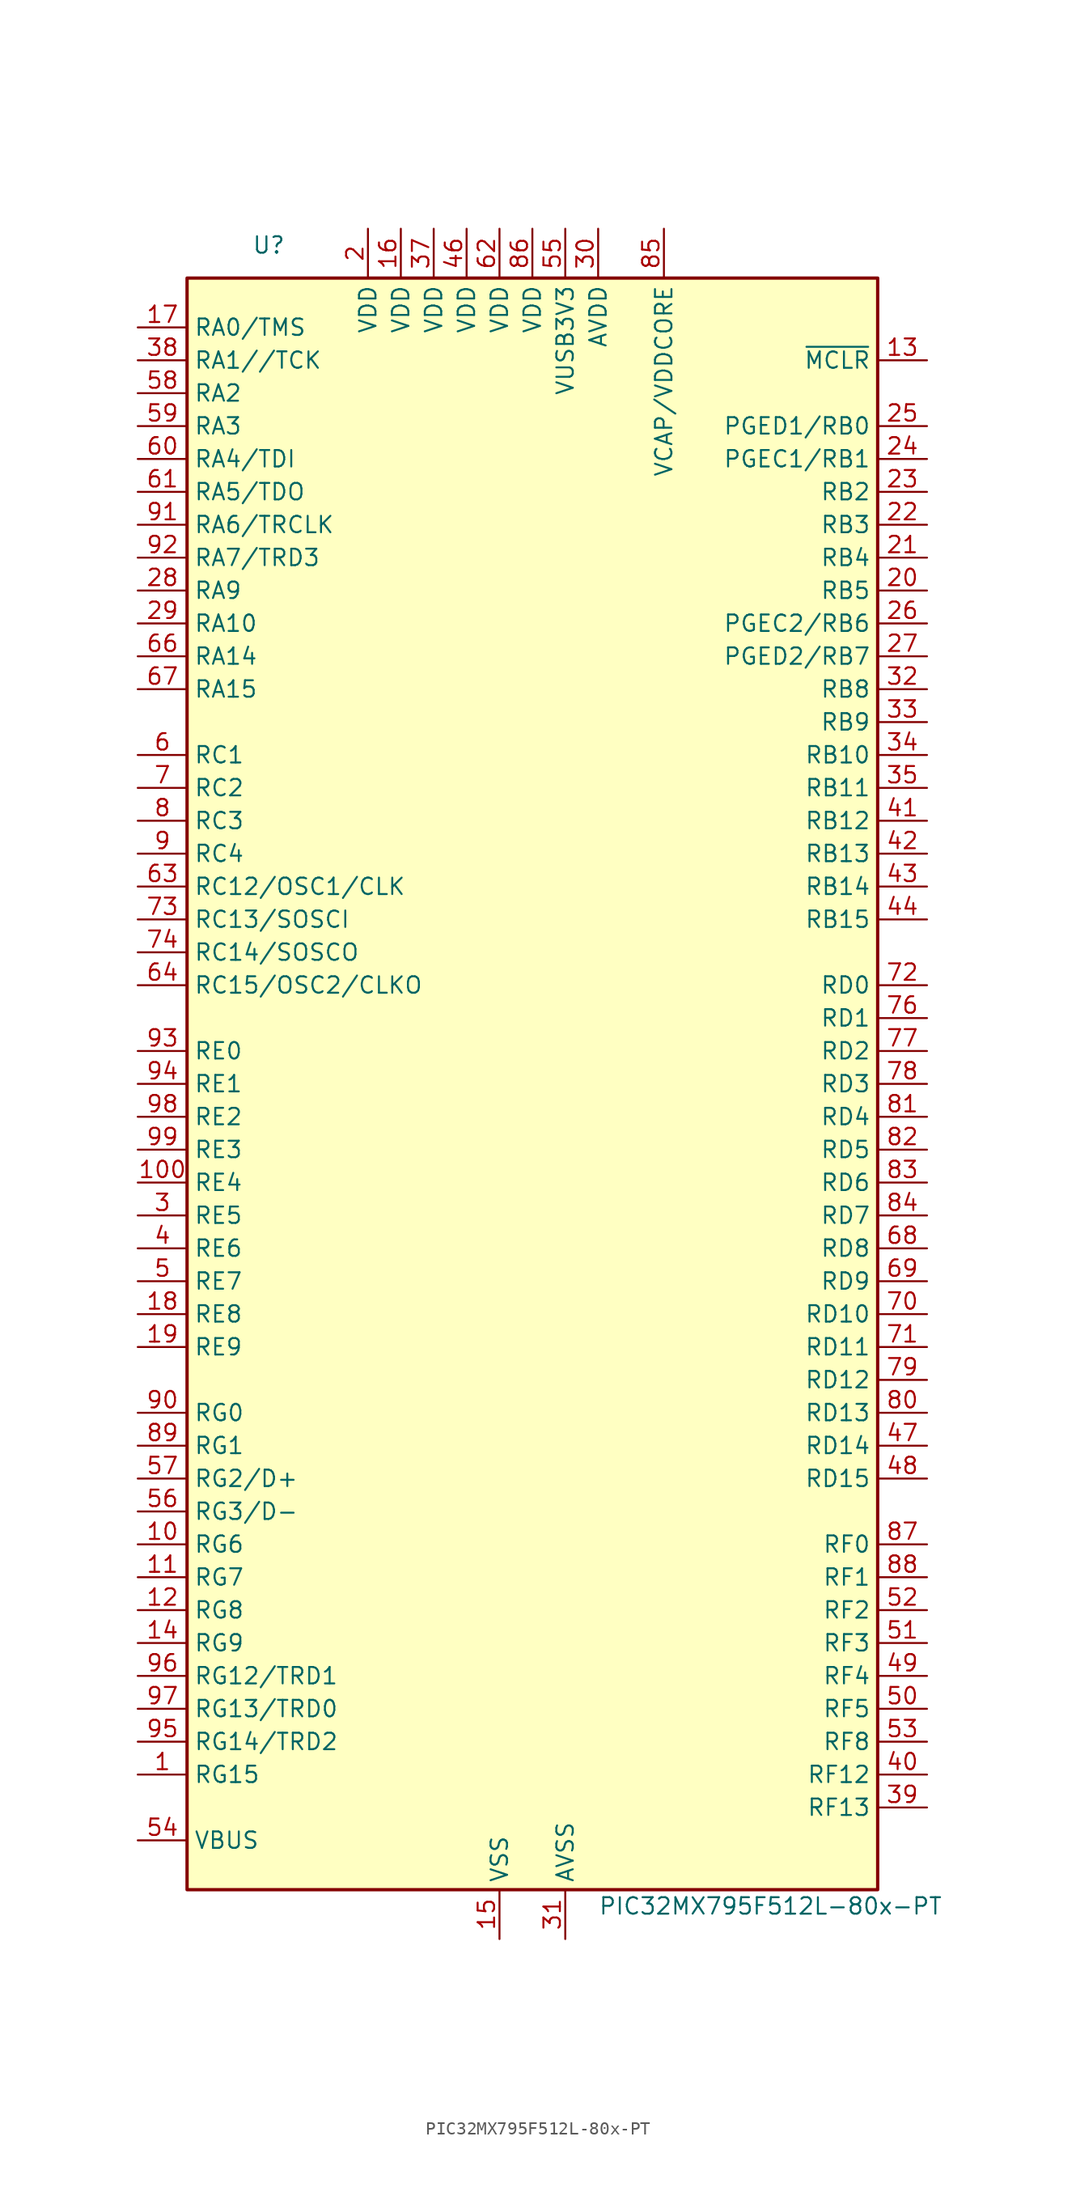
<source format=kicad_sym>
(kicad_symbol_lib
  (version 20201005)
  (generator kicad_symbol_editor)
  (symbol "MCU_Microchip_PIC32:PIC32MX795F512L-80x-PT"
    (property "Reference" "U"
      (at -19.05 64.77 0)
      (effects (font (size 1.27 1.27)) (justify right)))
    (property "Value" "PIC32MX795F512L-80x-PT"
      (at 5.08 -63.5 0)
      (effects (font (size 1.27 1.27)) (justify left)))
    (symbol "PIC32MX795F512L-80x-PT_1_1"
      (rectangle (start -26.67 62.23) (end 26.67 -62.23) (stroke (width 0.254)) (fill (type background)))
      (pin bidirectional line (at -30.48 -53.34 0) (length 3.81) (name "RG15" (effects (font (size 1.27 1.27)))) (number "1" (effects (font (size 1.27 1.27)))))
      (pin bidirectional line (at -30.48 -35.56 0) (length 3.81) (name "RG6" (effects (font (size 1.27 1.27)))) (number "10" (effects (font (size 1.27 1.27)))))
      (pin bidirectional line (at -30.48 -7.62 0) (length 3.81) (name "RE4" (effects (font (size 1.27 1.27)))) (number "100" (effects (font (size 1.27 1.27)))))
      (pin bidirectional line (at -30.48 -38.1 0) (length 3.81) (name "RG7" (effects (font (size 1.27 1.27)))) (number "11" (effects (font (size 1.27 1.27)))))
      (pin bidirectional line (at -30.48 -40.64 0) (length 3.81) (name "RG8" (effects (font (size 1.27 1.27)))) (number "12" (effects (font (size 1.27 1.27)))))
      (pin input line (at 30.48 55.88 180) (length 3.81) (name "~MCLR~" (effects (font (size 1.27 1.27)))) (number "13" (effects (font (size 1.27 1.27)))))
      (pin bidirectional line (at -30.48 -43.18 0) (length 3.81) (name "RG9" (effects (font (size 1.27 1.27)))) (number "14" (effects (font (size 1.27 1.27)))))
      (pin power_in line (at -2.54 -66.04 90) (length 3.81) (name "VSS" (effects (font (size 1.27 1.27)))) (number "15" (effects (font (size 1.27 1.27)))))
      (pin power_in line (at -10.16 66.04 270) (length 3.81) (name "VDD" (effects (font (size 1.27 1.27)))) (number "16" (effects (font (size 1.27 1.27)))))
      (pin bidirectional line (at -30.48 58.42 0) (length 3.81) (name "RA0/TMS" (effects (font (size 1.27 1.27)))) (number "17" (effects (font (size 1.27 1.27)))))
      (pin bidirectional line (at -30.48 -17.78 0) (length 3.81) (name "RE8" (effects (font (size 1.27 1.27)))) (number "18" (effects (font (size 1.27 1.27)))))
      (pin bidirectional line (at -30.48 -20.32 0) (length 3.81) (name "RE9" (effects (font (size 1.27 1.27)))) (number "19" (effects (font (size 1.27 1.27)))))
      (pin power_in line (at -12.7 66.04 270) (length 3.81) (name "VDD" (effects (font (size 1.27 1.27)))) (number "2" (effects (font (size 1.27 1.27)))))
      (pin bidirectional line (at 30.48 38.1 180) (length 3.81) (name "RB5" (effects (font (size 1.27 1.27)))) (number "20" (effects (font (size 1.27 1.27)))))
      (pin bidirectional line (at 30.48 40.64 180) (length 3.81) (name "RB4" (effects (font (size 1.27 1.27)))) (number "21" (effects (font (size 1.27 1.27)))))
      (pin bidirectional line (at 30.48 43.18 180) (length 3.81) (name "RB3" (effects (font (size 1.27 1.27)))) (number "22" (effects (font (size 1.27 1.27)))))
      (pin bidirectional line (at 30.48 45.72 180) (length 3.81) (name "RB2" (effects (font (size 1.27 1.27)))) (number "23" (effects (font (size 1.27 1.27)))))
      (pin bidirectional line (at 30.48 48.26 180) (length 3.81) (name "PGEC1/RB1" (effects (font (size 1.27 1.27)))) (number "24" (effects (font (size 1.27 1.27)))))
      (pin bidirectional line (at 30.48 50.8 180) (length 3.81) (name "PGED1/RB0" (effects (font (size 1.27 1.27)))) (number "25" (effects (font (size 1.27 1.27)))))
      (pin bidirectional line (at 30.48 35.56 180) (length 3.81) (name "PGEC2/RB6" (effects (font (size 1.27 1.27)))) (number "26" (effects (font (size 1.27 1.27)))))
      (pin bidirectional line (at 30.48 33.02 180) (length 3.81) (name "PGED2/RB7" (effects (font (size 1.27 1.27)))) (number "27" (effects (font (size 1.27 1.27)))))
      (pin bidirectional line (at -30.48 38.1 0) (length 3.81) (name "RA9" (effects (font (size 1.27 1.27)))) (number "28" (effects (font (size 1.27 1.27)))))
      (pin bidirectional line (at -30.48 35.56 0) (length 3.81) (name "RA10" (effects (font (size 1.27 1.27)))) (number "29" (effects (font (size 1.27 1.27)))))
      (pin bidirectional line (at -30.48 -10.16 0) (length 3.81) (name "RE5" (effects (font (size 1.27 1.27)))) (number "3" (effects (font (size 1.27 1.27)))))
      (pin power_in line (at 5.08 66.04 270) (length 3.81) (name "AVDD" (effects (font (size 1.27 1.27)))) (number "30" (effects (font (size 1.27 1.27)))))
      (pin power_in line (at 2.54 -66.04 90) (length 3.81) (name "AVSS" (effects (font (size 1.27 1.27)))) (number "31" (effects (font (size 1.27 1.27)))))
      (pin bidirectional line (at 30.48 30.48 180) (length 3.81) (name "RB8" (effects (font (size 1.27 1.27)))) (number "32" (effects (font (size 1.27 1.27)))))
      (pin bidirectional line (at 30.48 27.94 180) (length 3.81) (name "RB9" (effects (font (size 1.27 1.27)))) (number "33" (effects (font (size 1.27 1.27)))))
      (pin bidirectional line (at 30.48 25.4 180) (length 3.81) (name "RB10" (effects (font (size 1.27 1.27)))) (number "34" (effects (font (size 1.27 1.27)))))
      (pin bidirectional line (at 30.48 22.86 180) (length 3.81) (name "RB11" (effects (font (size 1.27 1.27)))) (number "35" (effects (font (size 1.27 1.27)))))
      (pin passive line (at -2.54 -66.04 90) (length 3.81) hide (name "VSS" (effects (font (size 1.27 1.27)))) (number "36" (effects (font (size 1.27 1.27)))))
      (pin power_in line (at -7.62 66.04 270) (length 3.81) (name "VDD" (effects (font (size 1.27 1.27)))) (number "37" (effects (font (size 1.27 1.27)))))
      (pin bidirectional line (at -30.48 55.88 0) (length 3.81) (name "RA1//TCK" (effects (font (size 1.27 1.27)))) (number "38" (effects (font (size 1.27 1.27)))))
      (pin bidirectional line (at 30.48 -55.88 180) (length 3.81) (name "RF13" (effects (font (size 1.27 1.27)))) (number "39" (effects (font (size 1.27 1.27)))))
      (pin bidirectional line (at -30.48 -12.7 0) (length 3.81) (name "RE6" (effects (font (size 1.27 1.27)))) (number "4" (effects (font (size 1.27 1.27)))))
      (pin bidirectional line (at 30.48 -53.34 180) (length 3.81) (name "RF12" (effects (font (size 1.27 1.27)))) (number "40" (effects (font (size 1.27 1.27)))))
      (pin bidirectional line (at 30.48 20.32 180) (length 3.81) (name "RB12" (effects (font (size 1.27 1.27)))) (number "41" (effects (font (size 1.27 1.27)))))
      (pin bidirectional line (at 30.48 17.78 180) (length 3.81) (name "RB13" (effects (font (size 1.27 1.27)))) (number "42" (effects (font (size 1.27 1.27)))))
      (pin bidirectional line (at 30.48 15.24 180) (length 3.81) (name "RB14" (effects (font (size 1.27 1.27)))) (number "43" (effects (font (size 1.27 1.27)))))
      (pin bidirectional line (at 30.48 12.7 180) (length 3.81) (name "RB15" (effects (font (size 1.27 1.27)))) (number "44" (effects (font (size 1.27 1.27)))))
      (pin passive line (at -2.54 -66.04 90) (length 3.81) hide (name "VSS" (effects (font (size 1.27 1.27)))) (number "45" (effects (font (size 1.27 1.27)))))
      (pin power_in line (at -5.08 66.04 270) (length 3.81) (name "VDD" (effects (font (size 1.27 1.27)))) (number "46" (effects (font (size 1.27 1.27)))))
      (pin bidirectional line (at 30.48 -27.94 180) (length 3.81) (name "RD14" (effects (font (size 1.27 1.27)))) (number "47" (effects (font (size 1.27 1.27)))))
      (pin bidirectional line (at 30.48 -30.48 180) (length 3.81) (name "RD15" (effects (font (size 1.27 1.27)))) (number "48" (effects (font (size 1.27 1.27)))))
      (pin bidirectional line (at 30.48 -45.72 180) (length 3.81) (name "RF4" (effects (font (size 1.27 1.27)))) (number "49" (effects (font (size 1.27 1.27)))))
      (pin bidirectional line (at -30.48 -15.24 0) (length 3.81) (name "RE7" (effects (font (size 1.27 1.27)))) (number "5" (effects (font (size 1.27 1.27)))))
      (pin bidirectional line (at 30.48 -48.26 180) (length 3.81) (name "RF5" (effects (font (size 1.27 1.27)))) (number "50" (effects (font (size 1.27 1.27)))))
      (pin bidirectional line (at 30.48 -43.18 180) (length 3.81) (name "RF3" (effects (font (size 1.27 1.27)))) (number "51" (effects (font (size 1.27 1.27)))))
      (pin bidirectional line (at 30.48 -40.64 180) (length 3.81) (name "RF2" (effects (font (size 1.27 1.27)))) (number "52" (effects (font (size 1.27 1.27)))))
      (pin bidirectional line (at 30.48 -50.8 180) (length 3.81) (name "RF8" (effects (font (size 1.27 1.27)))) (number "53" (effects (font (size 1.27 1.27)))))
      (pin input line (at -30.48 -58.42 0) (length 3.81) (name "VBUS" (effects (font (size 1.27 1.27)))) (number "54" (effects (font (size 1.27 1.27)))))
      (pin power_in line (at 2.54 66.04 270) (length 3.81) (name "VUSB3V3" (effects (font (size 1.27 1.27)))) (number "55" (effects (font (size 1.27 1.27)))))
      (pin bidirectional line (at -30.48 -33.02 0) (length 3.81) (name "RG3/D-" (effects (font (size 1.27 1.27)))) (number "56" (effects (font (size 1.27 1.27)))))
      (pin bidirectional line (at -30.48 -30.48 0) (length 3.81) (name "RG2/D+" (effects (font (size 1.27 1.27)))) (number "57" (effects (font (size 1.27 1.27)))))
      (pin bidirectional line (at -30.48 53.34 0) (length 3.81) (name "RA2" (effects (font (size 1.27 1.27)))) (number "58" (effects (font (size 1.27 1.27)))))
      (pin bidirectional line (at -30.48 50.8 0) (length 3.81) (name "RA3" (effects (font (size 1.27 1.27)))) (number "59" (effects (font (size 1.27 1.27)))))
      (pin bidirectional line (at -30.48 25.4 0) (length 3.81) (name "RC1" (effects (font (size 1.27 1.27)))) (number "6" (effects (font (size 1.27 1.27)))))
      (pin bidirectional line (at -30.48 48.26 0) (length 3.81) (name "RA4/TDI" (effects (font (size 1.27 1.27)))) (number "60" (effects (font (size 1.27 1.27)))))
      (pin bidirectional line (at -30.48 45.72 0) (length 3.81) (name "RA5/TDO" (effects (font (size 1.27 1.27)))) (number "61" (effects (font (size 1.27 1.27)))))
      (pin power_in line (at -2.54 66.04 270) (length 3.81) (name "VDD" (effects (font (size 1.27 1.27)))) (number "62" (effects (font (size 1.27 1.27)))))
      (pin bidirectional line (at -30.48 15.24 0) (length 3.81) (name "RC12/OSC1/CLK" (effects (font (size 1.27 1.27)))) (number "63" (effects (font (size 1.27 1.27)))))
      (pin bidirectional line (at -30.48 7.62 0) (length 3.81) (name "RC15/OSC2/CLKO" (effects (font (size 1.27 1.27)))) (number "64" (effects (font (size 1.27 1.27)))))
      (pin passive line (at -2.54 -66.04 90) (length 3.81) hide (name "VSS" (effects (font (size 1.27 1.27)))) (number "65" (effects (font (size 1.27 1.27)))))
      (pin bidirectional line (at -30.48 33.02 0) (length 3.81) (name "RA14" (effects (font (size 1.27 1.27)))) (number "66" (effects (font (size 1.27 1.27)))))
      (pin bidirectional line (at -30.48 30.48 0) (length 3.81) (name "RA15" (effects (font (size 1.27 1.27)))) (number "67" (effects (font (size 1.27 1.27)))))
      (pin bidirectional line (at 30.48 -12.7 180) (length 3.81) (name "RD8" (effects (font (size 1.27 1.27)))) (number "68" (effects (font (size 1.27 1.27)))))
      (pin bidirectional line (at 30.48 -15.24 180) (length 3.81) (name "RD9" (effects (font (size 1.27 1.27)))) (number "69" (effects (font (size 1.27 1.27)))))
      (pin bidirectional line (at -30.48 22.86 0) (length 3.81) (name "RC2" (effects (font (size 1.27 1.27)))) (number "7" (effects (font (size 1.27 1.27)))))
      (pin bidirectional line (at 30.48 -17.78 180) (length 3.81) (name "RD10" (effects (font (size 1.27 1.27)))) (number "70" (effects (font (size 1.27 1.27)))))
      (pin bidirectional line (at 30.48 -20.32 180) (length 3.81) (name "RD11" (effects (font (size 1.27 1.27)))) (number "71" (effects (font (size 1.27 1.27)))))
      (pin bidirectional line (at 30.48 7.62 180) (length 3.81) (name "RD0" (effects (font (size 1.27 1.27)))) (number "72" (effects (font (size 1.27 1.27)))))
      (pin bidirectional line (at -30.48 12.7 0) (length 3.81) (name "RC13/SOSCI" (effects (font (size 1.27 1.27)))) (number "73" (effects (font (size 1.27 1.27)))))
      (pin bidirectional line (at -30.48 10.16 0) (length 3.81) (name "RC14/SOSCO" (effects (font (size 1.27 1.27)))) (number "74" (effects (font (size 1.27 1.27)))))
      (pin passive line (at -2.54 -66.04 90) (length 3.81) hide (name "VSS" (effects (font (size 1.27 1.27)))) (number "75" (effects (font (size 1.27 1.27)))))
      (pin bidirectional line (at 30.48 5.08 180) (length 3.81) (name "RD1" (effects (font (size 1.27 1.27)))) (number "76" (effects (font (size 1.27 1.27)))))
      (pin bidirectional line (at 30.48 2.54 180) (length 3.81) (name "RD2" (effects (font (size 1.27 1.27)))) (number "77" (effects (font (size 1.27 1.27)))))
      (pin bidirectional line (at 30.48 0 180) (length 3.81) (name "RD3" (effects (font (size 1.27 1.27)))) (number "78" (effects (font (size 1.27 1.27)))))
      (pin bidirectional line (at 30.48 -22.86 180) (length 3.81) (name "RD12" (effects (font (size 1.27 1.27)))) (number "79" (effects (font (size 1.27 1.27)))))
      (pin bidirectional line (at -30.48 20.32 0) (length 3.81) (name "RC3" (effects (font (size 1.27 1.27)))) (number "8" (effects (font (size 1.27 1.27)))))
      (pin bidirectional line (at 30.48 -25.4 180) (length 3.81) (name "RD13" (effects (font (size 1.27 1.27)))) (number "80" (effects (font (size 1.27 1.27)))))
      (pin bidirectional line (at 30.48 -2.54 180) (length 3.81) (name "RD4" (effects (font (size 1.27 1.27)))) (number "81" (effects (font (size 1.27 1.27)))))
      (pin bidirectional line (at 30.48 -5.08 180) (length 3.81) (name "RD5" (effects (font (size 1.27 1.27)))) (number "82" (effects (font (size 1.27 1.27)))))
      (pin bidirectional line (at 30.48 -7.62 180) (length 3.81) (name "RD6" (effects (font (size 1.27 1.27)))) (number "83" (effects (font (size 1.27 1.27)))))
      (pin bidirectional line (at 30.48 -10.16 180) (length 3.81) (name "RD7" (effects (font (size 1.27 1.27)))) (number "84" (effects (font (size 1.27 1.27)))))
      (pin power_out line (at 10.16 66.04 270) (length 3.81) (name "VCAP/VDDCORE" (effects (font (size 1.27 1.27)))) (number "85" (effects (font (size 1.27 1.27)))))
      (pin power_in line (at 0 66.04 270) (length 3.81) (name "VDD" (effects (font (size 1.27 1.27)))) (number "86" (effects (font (size 1.27 1.27)))))
      (pin bidirectional line (at 30.48 -35.56 180) (length 3.81) (name "RF0" (effects (font (size 1.27 1.27)))) (number "87" (effects (font (size 1.27 1.27)))))
      (pin bidirectional line (at 30.48 -38.1 180) (length 3.81) (name "RF1" (effects (font (size 1.27 1.27)))) (number "88" (effects (font (size 1.27 1.27)))))
      (pin bidirectional line (at -30.48 -27.94 0) (length 3.81) (name "RG1" (effects (font (size 1.27 1.27)))) (number "89" (effects (font (size 1.27 1.27)))))
      (pin bidirectional line (at -30.48 17.78 0) (length 3.81) (name "RC4" (effects (font (size 1.27 1.27)))) (number "9" (effects (font (size 1.27 1.27)))))
      (pin bidirectional line (at -30.48 -25.4 0) (length 3.81) (name "RG0" (effects (font (size 1.27 1.27)))) (number "90" (effects (font (size 1.27 1.27)))))
      (pin bidirectional line (at -30.48 43.18 0) (length 3.81) (name "RA6/TRCLK" (effects (font (size 1.27 1.27)))) (number "91" (effects (font (size 1.27 1.27)))))
      (pin bidirectional line (at -30.48 40.64 0) (length 3.81) (name "RA7/TRD3" (effects (font (size 1.27 1.27)))) (number "92" (effects (font (size 1.27 1.27)))))
      (pin bidirectional line (at -30.48 2.54 0) (length 3.81) (name "RE0" (effects (font (size 1.27 1.27)))) (number "93" (effects (font (size 1.27 1.27)))))
      (pin bidirectional line (at -30.48 0 0) (length 3.81) (name "RE1" (effects (font (size 1.27 1.27)))) (number "94" (effects (font (size 1.27 1.27)))))
      (pin bidirectional line (at -30.48 -50.8 0) (length 3.81) (name "RG14/TRD2" (effects (font (size 1.27 1.27)))) (number "95" (effects (font (size 1.27 1.27)))))
      (pin bidirectional line (at -30.48 -45.72 0) (length 3.81) (name "RG12/TRD1" (effects (font (size 1.27 1.27)))) (number "96" (effects (font (size 1.27 1.27)))))
      (pin bidirectional line (at -30.48 -48.26 0) (length 3.81) (name "RG13/TRD0" (effects (font (size 1.27 1.27)))) (number "97" (effects (font (size 1.27 1.27)))))
      (pin bidirectional line (at -30.48 -2.54 0) (length 3.81) (name "RE2" (effects (font (size 1.27 1.27)))) (number "98" (effects (font (size 1.27 1.27)))))
      (pin bidirectional line (at -30.48 -5.08 0) (length 3.81) (name "RE3" (effects (font (size 1.27 1.27)))) (number "99" (effects (font (size 1.27 1.27))))))))
</source>
